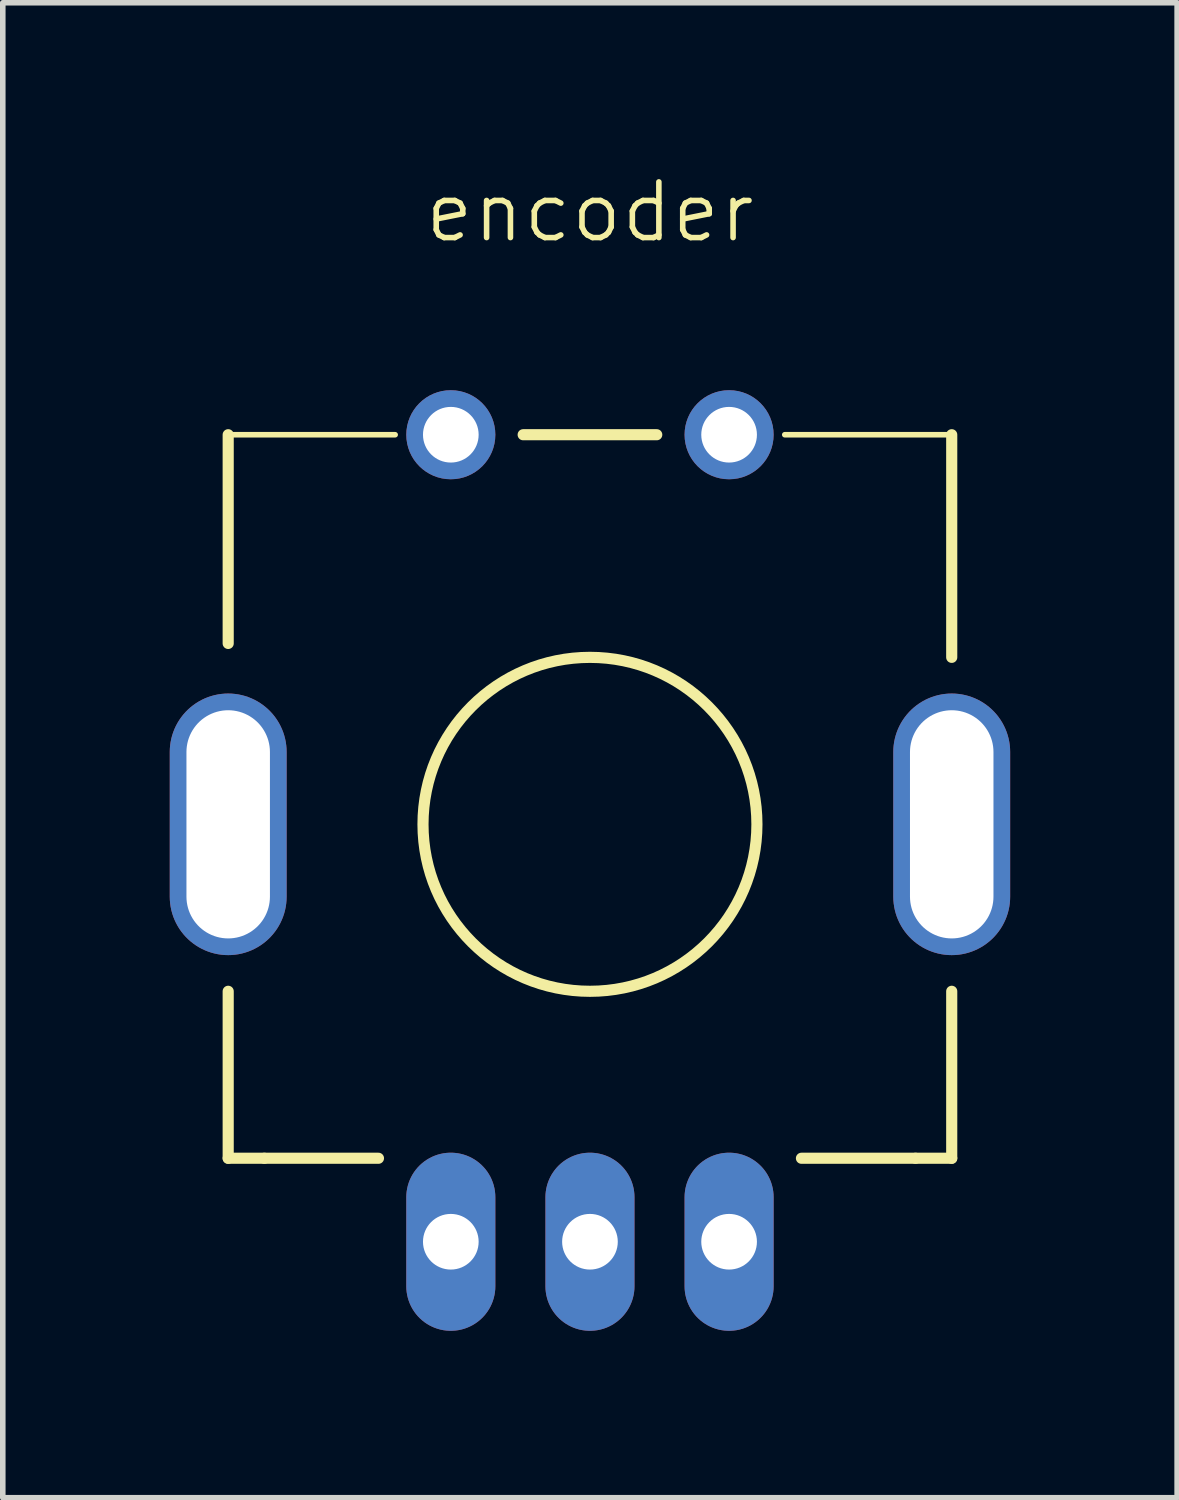
<source format=kicad_pcb>
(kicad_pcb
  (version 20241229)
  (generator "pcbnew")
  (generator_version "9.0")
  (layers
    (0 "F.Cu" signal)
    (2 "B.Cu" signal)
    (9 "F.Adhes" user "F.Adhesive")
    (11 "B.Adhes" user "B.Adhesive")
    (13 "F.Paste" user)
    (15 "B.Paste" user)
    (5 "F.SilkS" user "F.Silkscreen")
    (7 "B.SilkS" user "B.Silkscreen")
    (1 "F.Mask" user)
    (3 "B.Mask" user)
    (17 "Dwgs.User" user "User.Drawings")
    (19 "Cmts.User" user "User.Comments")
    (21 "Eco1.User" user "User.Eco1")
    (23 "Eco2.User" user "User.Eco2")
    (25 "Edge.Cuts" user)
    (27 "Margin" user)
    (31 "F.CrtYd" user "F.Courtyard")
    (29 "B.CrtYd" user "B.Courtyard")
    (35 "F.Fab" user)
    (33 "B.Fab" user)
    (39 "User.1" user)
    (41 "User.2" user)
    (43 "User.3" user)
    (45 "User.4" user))
  (footprint "encoder"
    (layer "F.Cu")
    (at 7.55 11.761)
    (property "Reference" "encoder" (at 0 -11 0) (unlocked yes) (layer "F.SilkS") (effects (font (size 1 1) (thickness 0.1))))
    (attr through_hole)
    (fp_line (start -6.5 -7) (end -6.5 -3.25) (stroke (width 0.2) (type solid)) (layer "F.SilkS"))
    (fp_line (start -6.5 -7) (end -3.5 -7) (stroke (width 0.1) (type default)) (layer "F.SilkS"))
    (fp_line (start -6.5 3) (end -6.5 6) (stroke (width 0.2) (type solid)) (layer "F.SilkS"))
    (fp_line (start -5.85 6) (end -6.5 6) (stroke (width 0.2) (type solid)) (layer "F.SilkS"))
    (fp_line (start -5.85 6) (end -3.8 6) (stroke (width 0.2) (type solid)) (layer "F.SilkS"))
    (fp_line (start -1.2 -7) (end 1.2 -7) (stroke (width 0.2) (type solid)) (layer "F.SilkS"))
    (fp_line (start 3.8 6) (end 5.85 6) (stroke (width 0.2) (type solid)) (layer "F.SilkS"))
    (fp_line (start 5.85 6) (end 6.5 6) (stroke (width 0.2) (type solid)) (layer "F.SilkS"))
    (fp_line (start 6.5 -7) (end 3.5 -7) (stroke (width 0.1) (type default)) (layer "F.SilkS"))
    (fp_line (start 6.5 -7) (end 6.5 -3) (stroke (width 0.2) (type solid)) (layer "F.SilkS"))
    (fp_line (start 6.5 3) (end 6.5 6) (stroke (width 0.2) (type solid)) (layer "F.SilkS"))
    (fp_circle (center 0 0) (end 3 0) (stroke (width 0.2) (type solid)) (fill no) (layer "F.SilkS"))
    (pad "" thru_hole oval (at -6.5 0) (size 2.1 4.7) (drill oval 1.5 4.1) (layers "*.Cu" "*.Mask"))
    (pad "" thru_hole circle (at -2.5 -7 270) (size 1.6 1.6) (drill 1) (layers "*.Cu" "*.Mask"))
    (pad "" thru_hole circle (at 2.5 -7 270) (size 1.6 1.6) (drill 1) (layers "*.Cu" "*.Mask"))
    (pad "" thru_hole oval (at 6.5 0) (size 2.1 4.7) (drill oval 1.5 4.1) (layers "*.Cu" "*.Mask"))
    (pad "1" thru_hole oval (at -2.5 7.5) (size 1.6 3.2) (drill 1) (layers "*.Cu" "*.Mask"))
    (pad "2" thru_hole oval (at 2.5 7.5) (size 1.6 3.2) (drill 1) (layers "*.Cu" "*.Mask"))
    (pad "3" thru_hole oval (at 0 7.5) (size 1.6 3.2) (drill 1) (layers "*.Cu" "*.Mask")))
  (gr_rect
    (start -3 -3)
    (end 18.1 23.86)
    (stroke (width 0.1) (type default))
    (fill no)
    (layer "Edge.Cuts")))
</source>
